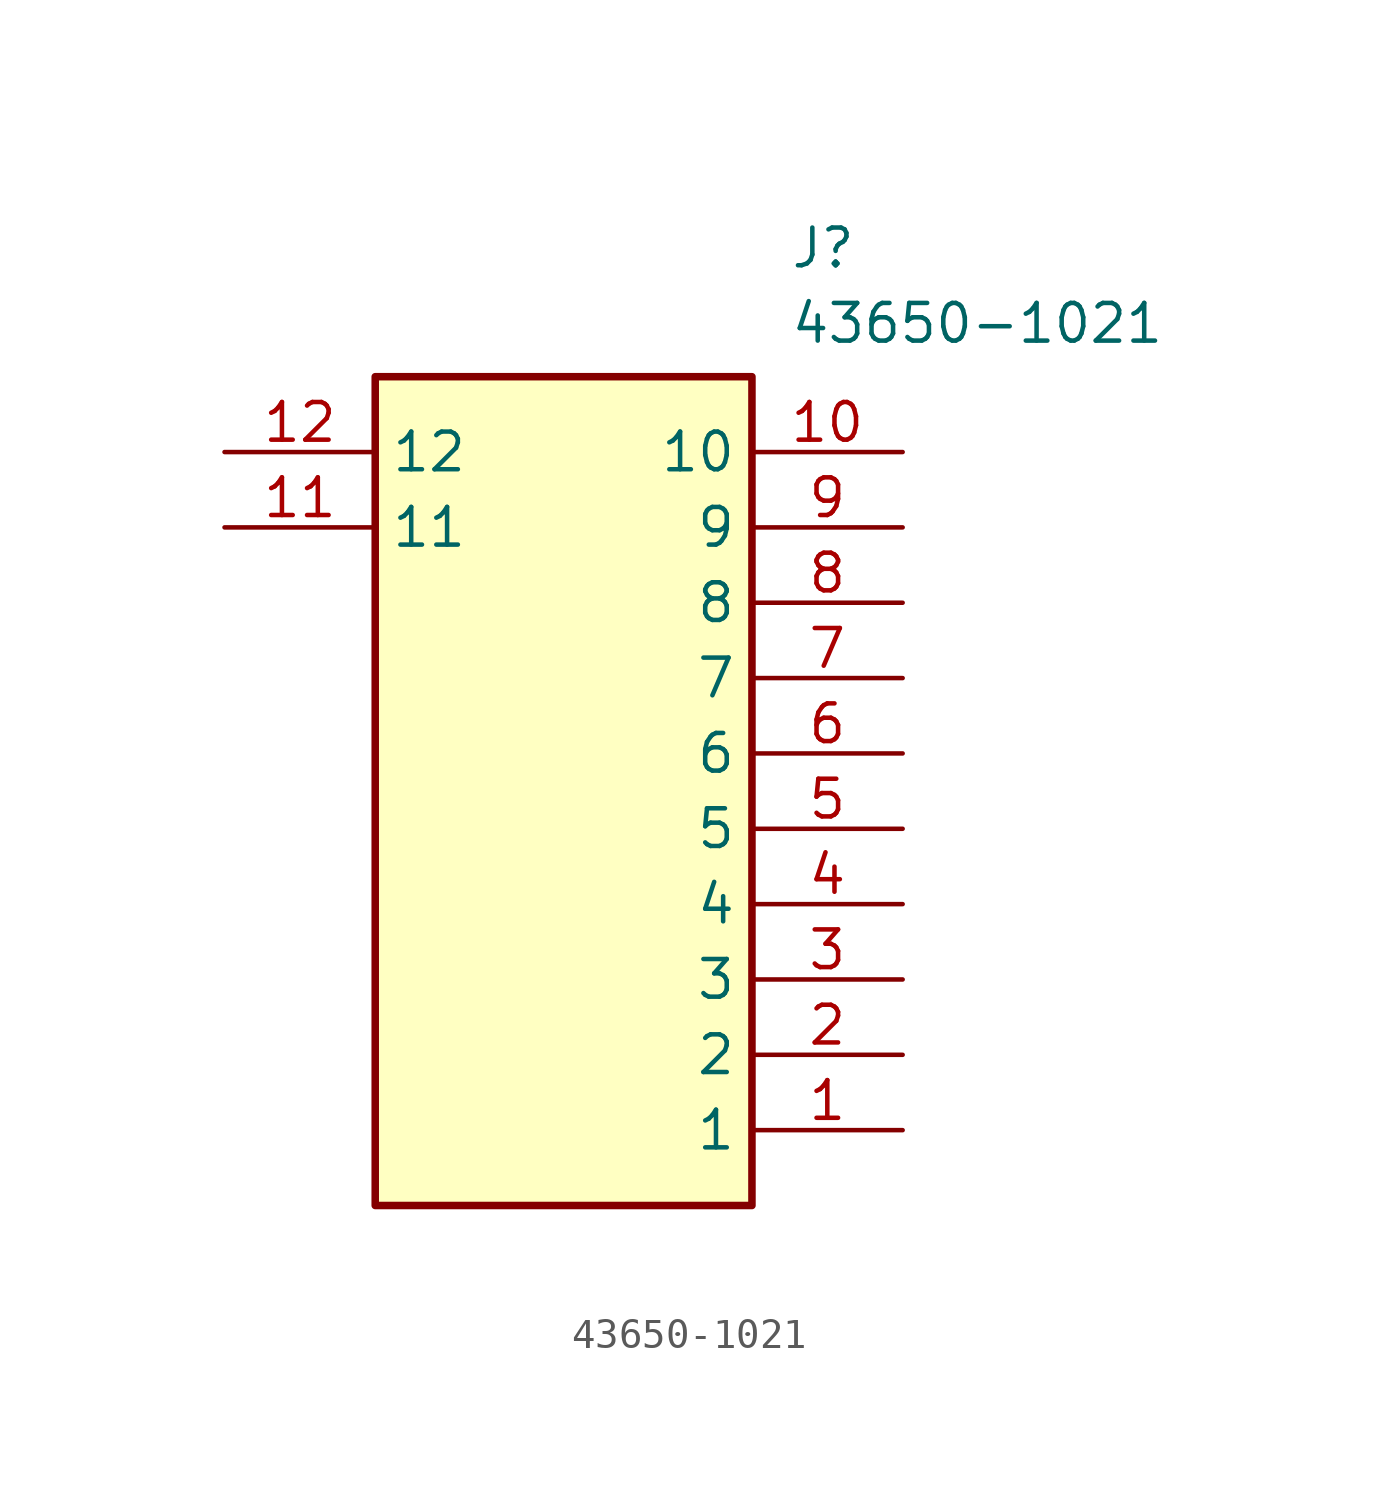
<source format=kicad_sym>
(kicad_symbol_lib
  (version 20211014)
  (generator SamacSys_ECAD_Model)
  (symbol "43650-1021"
    (property "Reference" "J"
      (at 19.05 7.62 0)
      (effects (font (size 1.27 1.27)) (justify left top)))
    (property "Value" "43650-1021"
      (at 19.05 5.08 0)
      (effects (font (size 1.27 1.27)) (justify left top)))
    (rectangle
      (start 5.08 2.54)
      (end 17.78 -25.4)
      (stroke (width 0.254) (type default))
      (fill (type background)))
    (pin passive line
      (at 22.86 -22.86 180)
      (length 5.08)
      (name "1" (effects (font (size 1.27 1.27))))
      (number "1" (effects (font (size 1.27 1.27)))))
    (pin passive line
      (at 22.86 -20.32 180)
      (length 5.08)
      (name "2" (effects (font (size 1.27 1.27))))
      (number "2" (effects (font (size 1.27 1.27)))))
    (pin passive line
      (at 22.86 -17.78 180)
      (length 5.08)
      (name "3" (effects (font (size 1.27 1.27))))
      (number "3" (effects (font (size 1.27 1.27)))))
    (pin passive line
      (at 22.86 -15.24 180)
      (length 5.08)
      (name "4" (effects (font (size 1.27 1.27))))
      (number "4" (effects (font (size 1.27 1.27)))))
    (pin passive line
      (at 22.86 -12.7 180)
      (length 5.08)
      (name "5" (effects (font (size 1.27 1.27))))
      (number "5" (effects (font (size 1.27 1.27)))))
    (pin passive line
      (at 22.86 -10.16 180)
      (length 5.08)
      (name "6" (effects (font (size 1.27 1.27))))
      (number "6" (effects (font (size 1.27 1.27)))))
    (pin passive line
      (at 22.86 -7.62 180)
      (length 5.08)
      (name "7" (effects (font (size 1.27 1.27))))
      (number "7" (effects (font (size 1.27 1.27)))))
    (pin passive line
      (at 22.86 -5.08 180)
      (length 5.08)
      (name "8" (effects (font (size 1.27 1.27))))
      (number "8" (effects (font (size 1.27 1.27)))))
    (pin passive line
      (at 22.86 -2.54 180)
      (length 5.08)
      (name "9" (effects (font (size 1.27 1.27))))
      (number "9" (effects (font (size 1.27 1.27)))))
    (pin passive line
      (at 22.86 0 180)
      (length 5.08)
      (name "10" (effects (font (size 1.27 1.27))))
      (number "10" (effects (font (size 1.27 1.27)))))
    (pin passive line
      (at 0 -2.54 0)
      (length 5.08)
      (name "11" (effects (font (size 1.27 1.27))))
      (number "11" (effects (font (size 1.27 1.27)))))
    (pin passive line
      (at 0 0 0)
      (length 5.08)
      (name "12" (effects (font (size 1.27 1.27))))
      (number "12" (effects (font (size 1.27 1.27)))))))
</source>
